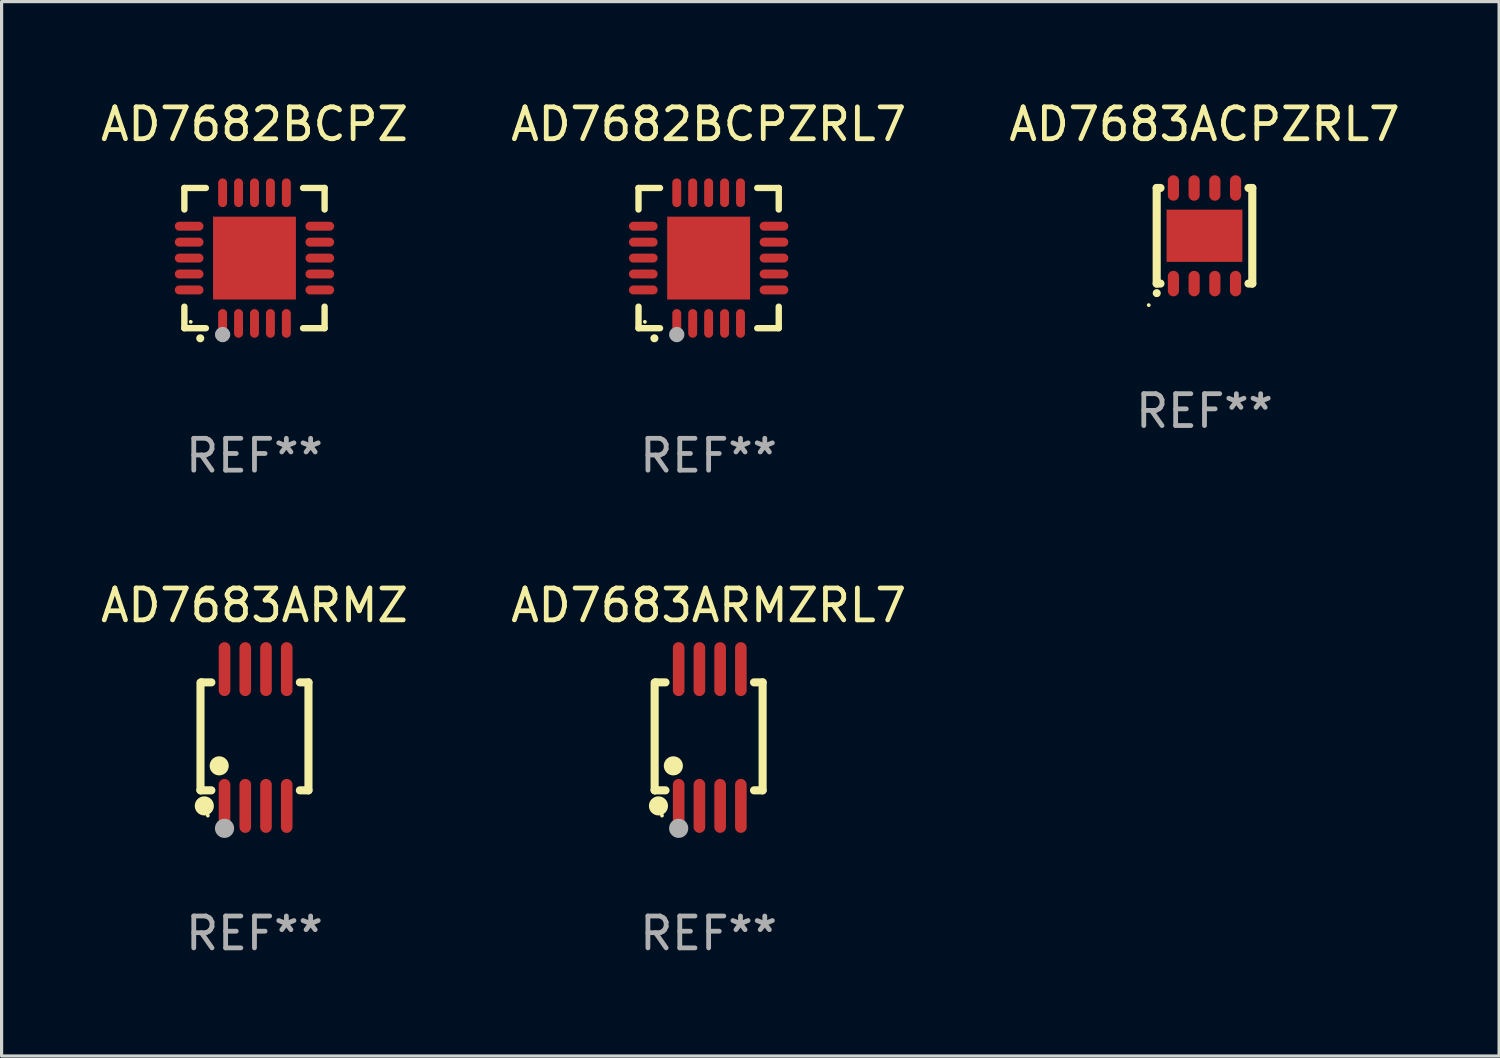
<source format=kicad_pcb>
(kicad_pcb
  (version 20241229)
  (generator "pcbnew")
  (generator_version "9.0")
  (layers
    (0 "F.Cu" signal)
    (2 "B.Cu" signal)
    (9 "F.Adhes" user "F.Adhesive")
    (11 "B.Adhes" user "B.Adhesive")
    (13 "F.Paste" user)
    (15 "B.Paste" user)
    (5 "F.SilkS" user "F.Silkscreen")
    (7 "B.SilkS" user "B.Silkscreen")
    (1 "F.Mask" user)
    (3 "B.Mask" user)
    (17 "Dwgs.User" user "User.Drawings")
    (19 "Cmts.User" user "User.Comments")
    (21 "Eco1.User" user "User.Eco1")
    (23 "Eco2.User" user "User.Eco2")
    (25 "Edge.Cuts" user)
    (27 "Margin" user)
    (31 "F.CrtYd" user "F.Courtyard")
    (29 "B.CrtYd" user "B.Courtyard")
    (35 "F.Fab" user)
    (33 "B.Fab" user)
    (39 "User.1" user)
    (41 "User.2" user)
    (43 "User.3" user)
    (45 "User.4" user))
  (footprint "AD7683ARMZ"
    (layer "F.Cu")
    (at 4.935 20.091)
    (property "Reference" "AD7683ARMZ" (at 0 -4.146 0) (layer "F.SilkS") (effects (font (size 1 1) (thickness 0.15))))
    (attr through_hole)
    (fp_line (start -1.694 -1.724) (end -1.694 1.652) (stroke (width 0.254) (type solid)) (layer "F.SilkS"))
    (fp_line (start -1.694 1.652) (end -1.688 1.658) (stroke (width 0.254) (type solid)) (layer "F.SilkS"))
    (fp_line (start -1.688 1.658) (end -1.353 1.658) (stroke (width 0.254) (type solid)) (layer "F.SilkS"))
    (fp_line (start -1.661 -1.73) (end -1.681 -1.71) (stroke (width 0.254) (type solid)) (layer "F.SilkS"))
    (fp_line (start -1.353 -1.73) (end -1.661 -1.73) (stroke (width 0.254) (type solid)) (layer "F.SilkS"))
    (fp_line (start 1.424 1.658) (end 1.694 1.658) (stroke (width 0.254) (type solid)) (layer "F.SilkS"))
    (fp_line (start 1.694 -1.73) (end 1.424 -1.73) (stroke (width 0.254) (type solid)) (layer "F.SilkS"))
    (fp_line (start 1.694 1.658) (end 1.694 -1.73) (stroke (width 0.254) (type solid)) (layer "F.SilkS"))
    (fp_circle (center -1.574 2.146) (end -1.424 2.146) (stroke (width 0.3) (type solid)) (fill no) (layer "F.SilkS"))
    (fp_circle (center -1.464 2.45) (end -1.434 2.45) (stroke (width 0.06) (type solid)) (fill no) (layer "F.SilkS"))
    (fp_circle (center -1.107 0.889) (end -0.957 0.889) (stroke (width 0.3) (type solid)) (fill no) (layer "F.SilkS"))
    (fp_circle (center -0.94 2.85) (end -0.789 2.85) (stroke (width 0.3) (type solid)) (fill no) (layer "F.Fab"))
    (fp_text user "REF**" (at 0 6.146 0) (layer "F.Fab") (effects (font (size 1 1) (thickness 0.15))))
    (pad "1" smd oval (at -0.94 2.146) (size 0.364 1.692) (layers "F.Cu" "F.Mask" "F.Paste"))
    (pad "2" smd oval (at -0.289 2.146) (size 0.364 1.692) (layers "F.Cu" "F.Mask" "F.Paste"))
    (pad "3" smd oval (at 0.361 2.146) (size 0.364 1.692) (layers "F.Cu" "F.Mask" "F.Paste"))
    (pad "4" smd oval (at 1.011 2.146) (size 0.364 1.692) (layers "F.Cu" "F.Mask" "F.Paste"))
    (pad "5" smd oval (at 1.011 -2.146) (size 0.364 1.692) (layers "F.Cu" "F.Mask" "F.Paste"))
    (pad "6" smd oval (at 0.361 -2.146) (size 0.364 1.692) (layers "F.Cu" "F.Mask" "F.Paste"))
    (pad "7" smd oval (at -0.289 -2.146) (size 0.364 1.692) (layers "F.Cu" "F.Mask" "F.Paste"))
    (pad "8" smd oval (at -0.94 -2.146) (size 0.364 1.692) (layers "F.Cu" "F.Mask" "F.Paste")))
  (footprint "AD7682BCPZRL7"
    (layer "F.Cu")
    (at 19.185 5.048)
    (property "Reference" "AD7682BCPZRL7" (at 0 -4.2 0) (layer "F.SilkS") (effects (font (size 1 1) (thickness 0.15))))
    (attr through_hole)
    (fp_line (start -2.2 -2.2) (end -1.525 -2.2) (stroke (width 0.2) (type solid)) (layer "F.SilkS"))
    (fp_line (start -2.2 -1.525) (end -2.2 -2.2) (stroke (width 0.2) (type solid)) (layer "F.SilkS"))
    (fp_line (start -2.2 2.2) (end -2.2 1.525) (stroke (width 0.2) (type solid)) (layer "F.SilkS"))
    (fp_line (start -1.525 2.2) (end -2.2 2.2) (stroke (width 0.2) (type solid)) (layer "F.SilkS"))
    (fp_line (start 1.525 2.2) (end 2.2 2.2) (stroke (width 0.2) (type solid)) (layer "F.SilkS"))
    (fp_line (start 2.2 -2.2) (end 1.525 -2.2) (stroke (width 0.2) (type solid)) (layer "F.SilkS"))
    (fp_line (start 2.2 -1.525) (end 2.2 -2.2) (stroke (width 0.2) (type solid)) (layer "F.SilkS"))
    (fp_line (start 2.2 2.2) (end 2.2 1.525) (stroke (width 0.2) (type solid)) (layer "F.SilkS"))
    (fp_arc (start -1.703073 2.516612) (mid -1.701803 2.516606) (end -1.700533 2.516612) (stroke (width 0.25) (type solid)) (layer "F.SilkS"))
    (fp_circle (center -2 2) (end -1.97 2) (stroke (width 0.06) (type solid)) (fill no) (layer "F.SilkS"))
    (fp_circle (center -1 2.4) (end -0.88 2.4) (stroke (width 0.24) (type solid)) (fill no) (layer "F.Fab"))
    (fp_text user "REF**" (at 0 6.2 0) (layer "F.Fab") (effects (font (size 1 1) (thickness 0.15))))
    (pad "1" smd oval (at -1 2.05) (size 0.28 0.9) (layers "F.Cu" "F.Mask" "F.Paste"))
    (pad "2" smd oval (at -0.5 2.05) (size 0.28 0.9) (layers "F.Cu" "F.Mask" "F.Paste"))
    (pad "3" smd oval (at 0.000076 2.05) (size 0.28 0.9) (layers "F.Cu" "F.Mask" "F.Paste"))
    (pad "4" smd oval (at 0.5 2.05) (size 0.28 0.9) (layers "F.Cu" "F.Mask" "F.Paste"))
    (pad "5" smd oval (at 1 2.05) (size 0.28 0.9) (layers "F.Cu" "F.Mask" "F.Paste"))
    (pad "6" smd oval (at 2.05 1) (size 0.9 0.28) (layers "F.Cu" "F.Mask" "F.Paste"))
    (pad "7" smd oval (at 2.05 0.5) (size 0.9 0.28) (layers "F.Cu" "F.Mask" "F.Paste"))
    (pad "8" smd oval (at 2.05 0.000076) (size 0.9 0.28) (layers "F.Cu" "F.Mask" "F.Paste"))
    (pad "9" smd oval (at 2.05 -0.5) (size 0.9 0.28) (layers "F.Cu" "F.Mask" "F.Paste"))
    (pad "10" smd oval (at 2.05 -1) (size 0.9 0.28) (layers "F.Cu" "F.Mask" "F.Paste"))
    (pad "11" smd oval (at 1 -2.05) (size 0.28 0.9) (layers "F.Cu" "F.Mask" "F.Paste"))
    (pad "12" smd oval (at 0.5 -2.05) (size 0.28 0.9) (layers "F.Cu" "F.Mask" "F.Paste"))
    (pad "13" smd oval (at 0.000076 -2.05) (size 0.28 0.9) (layers "F.Cu" "F.Mask" "F.Paste"))
    (pad "14" smd oval (at -0.5 -2.05) (size 0.28 0.9) (layers "F.Cu" "F.Mask" "F.Paste"))
    (pad "15" smd oval (at -1 -2.05) (size 0.28 0.9) (layers "F.Cu" "F.Mask" "F.Paste"))
    (pad "16" smd oval (at -2.05 -1) (size 0.9 0.28) (layers "F.Cu" "F.Mask" "F.Paste"))
    (pad "17" smd oval (at -2.05 -0.5) (size 0.9 0.28) (layers "F.Cu" "F.Mask" "F.Paste"))
    (pad "18" smd oval (at -2.05 0.000076) (size 0.9 0.28) (layers "F.Cu" "F.Mask" "F.Paste"))
    (pad "19" smd oval (at -2.05 0.5) (size 0.9 0.28) (layers "F.Cu" "F.Mask" "F.Paste"))
    (pad "20" smd oval (at -2.05 1) (size 0.9 0.28) (layers "F.Cu" "F.Mask" "F.Paste"))
    (pad "21" smd rect (at 0.000076 0.000076) (size 2.6 2.6) (layers "F.Cu" "F.Mask" "F.Paste")))
  (footprint "AD7682BCPZ"
    (layer "F.Cu")
    (at 4.935 5.048)
    (property "Reference" "AD7682BCPZ" (at 0 -4.2 0) (layer "F.SilkS") (effects (font (size 1 1) (thickness 0.15))))
    (attr through_hole)
    (fp_line (start -2.2 -2.2) (end -1.525 -2.2) (stroke (width 0.2) (type solid)) (layer "F.SilkS"))
    (fp_line (start -2.2 -1.525) (end -2.2 -2.2) (stroke (width 0.2) (type solid)) (layer "F.SilkS"))
    (fp_line (start -2.2 2.2) (end -2.2 1.525) (stroke (width 0.2) (type solid)) (layer "F.SilkS"))
    (fp_line (start -1.525 2.2) (end -2.2 2.2) (stroke (width 0.2) (type solid)) (layer "F.SilkS"))
    (fp_line (start 1.525 2.2) (end 2.2 2.2) (stroke (width 0.2) (type solid)) (layer "F.SilkS"))
    (fp_line (start 2.2 -2.2) (end 1.525 -2.2) (stroke (width 0.2) (type solid)) (layer "F.SilkS"))
    (fp_line (start 2.2 -1.525) (end 2.2 -2.2) (stroke (width 0.2) (type solid)) (layer "F.SilkS"))
    (fp_line (start 2.2 2.2) (end 2.2 1.525) (stroke (width 0.2) (type solid)) (layer "F.SilkS"))
    (fp_arc (start -1.703073 2.516612) (mid -1.701803 2.516606) (end -1.700533 2.516612) (stroke (width 0.25) (type solid)) (layer "F.SilkS"))
    (fp_circle (center -2 2) (end -1.97 2) (stroke (width 0.06) (type solid)) (fill no) (layer "F.SilkS"))
    (fp_circle (center -1 2.4) (end -0.88 2.4) (stroke (width 0.24) (type solid)) (fill no) (layer "F.Fab"))
    (fp_text user "REF**" (at 0 6.2 0) (layer "F.Fab") (effects (font (size 1 1) (thickness 0.15))))
    (pad "1" smd oval (at -1 2.05) (size 0.28 0.9) (layers "F.Cu" "F.Mask" "F.Paste"))
    (pad "2" smd oval (at -0.5 2.05) (size 0.28 0.9) (layers "F.Cu" "F.Mask" "F.Paste"))
    (pad "3" smd oval (at 0.000076 2.05) (size 0.28 0.9) (layers "F.Cu" "F.Mask" "F.Paste"))
    (pad "4" smd oval (at 0.5 2.05) (size 0.28 0.9) (layers "F.Cu" "F.Mask" "F.Paste"))
    (pad "5" smd oval (at 1 2.05) (size 0.28 0.9) (layers "F.Cu" "F.Mask" "F.Paste"))
    (pad "6" smd oval (at 2.05 1) (size 0.9 0.28) (layers "F.Cu" "F.Mask" "F.Paste"))
    (pad "7" smd oval (at 2.05 0.5) (size 0.9 0.28) (layers "F.Cu" "F.Mask" "F.Paste"))
    (pad "8" smd oval (at 2.05 0.000076) (size 0.9 0.28) (layers "F.Cu" "F.Mask" "F.Paste"))
    (pad "9" smd oval (at 2.05 -0.5) (size 0.9 0.28) (layers "F.Cu" "F.Mask" "F.Paste"))
    (pad "10" smd oval (at 2.05 -1) (size 0.9 0.28) (layers "F.Cu" "F.Mask" "F.Paste"))
    (pad "11" smd oval (at 1 -2.05) (size 0.28 0.9) (layers "F.Cu" "F.Mask" "F.Paste"))
    (pad "12" smd oval (at 0.5 -2.05) (size 0.28 0.9) (layers "F.Cu" "F.Mask" "F.Paste"))
    (pad "13" smd oval (at 0.000076 -2.05) (size 0.28 0.9) (layers "F.Cu" "F.Mask" "F.Paste"))
    (pad "14" smd oval (at -0.5 -2.05) (size 0.28 0.9) (layers "F.Cu" "F.Mask" "F.Paste"))
    (pad "15" smd oval (at -1 -2.05) (size 0.28 0.9) (layers "F.Cu" "F.Mask" "F.Paste"))
    (pad "16" smd oval (at -2.05 -1) (size 0.9 0.28) (layers "F.Cu" "F.Mask" "F.Paste"))
    (pad "17" smd oval (at -2.05 -0.5) (size 0.9 0.28) (layers "F.Cu" "F.Mask" "F.Paste"))
    (pad "18" smd oval (at -2.05 0.000076) (size 0.9 0.28) (layers "F.Cu" "F.Mask" "F.Paste"))
    (pad "19" smd oval (at -2.05 0.5) (size 0.9 0.28) (layers "F.Cu" "F.Mask" "F.Paste"))
    (pad "20" smd oval (at -2.05 1) (size 0.9 0.28) (layers "F.Cu" "F.Mask" "F.Paste"))
    (pad "21" smd rect (at 0.000076 0.000076) (size 2.6 2.6) (layers "F.Cu" "F.Mask" "F.Paste")))
  (footprint "AD7683ACPZRL7"
    (layer "F.Cu")
    (at 34.744 4.348)
    (property "Reference" "AD7683ACPZRL7" (at 0 -3.5 0) (layer "F.SilkS") (effects (font (size 1 1) (thickness 0.15))))
    (attr through_hole)
    (fp_line (start -1.5 -1.5) (end -1.5 1.5) (stroke (width 0.254) (type solid)) (layer "F.SilkS"))
    (fp_line (start -1.5 1.5) (end -1.381 1.5) (stroke (width 0.254) (type solid)) (layer "F.SilkS"))
    (fp_line (start -1.381 -1.5) (end -1.5 -1.5) (stroke (width 0.254) (type solid)) (layer "F.SilkS"))
    (fp_line (start 1.381 1.5) (end 1.5 1.5) (stroke (width 0.254) (type solid)) (layer "F.SilkS"))
    (fp_line (start 1.5 -1.5) (end 1.381 -1.5) (stroke (width 0.254) (type solid)) (layer "F.SilkS"))
    (fp_line (start 1.5 1.5) (end 1.5 -1.5) (stroke (width 0.254) (type solid)) (layer "F.SilkS"))
    (fp_arc (start -1.5 1.799936) (mid -1.49873 1.79993) (end -1.49746 1.799936) (stroke (width 0.25) (type solid)) (layer "F.SilkS"))
    (fp_circle (center -1.749 2.175) (end -1.719 2.175) (stroke (width 0.06) (type solid)) (fill no) (layer "F.SilkS"))
    (fp_text user "REF**" (at 0 5.5 0) (layer "F.Fab") (effects (font (size 1 1) (thickness 0.15))))
    (pad "1" smd oval (at -0.975 1.5 180) (size 0.35 0.8) (layers "F.Cu" "F.Mask" "F.Paste"))
    (pad "2" smd oval (at -0.325 1.5 180) (size 0.35 0.8) (layers "F.Cu" "F.Mask" "F.Paste"))
    (pad "3" smd oval (at 0.325 1.5 180) (size 0.35 0.8) (layers "F.Cu" "F.Mask" "F.Paste"))
    (pad "4" smd oval (at 0.975 1.5 180) (size 0.35 0.8) (layers "F.Cu" "F.Mask" "F.Paste"))
    (pad "5" smd oval (at 0.975 -1.5 180) (size 0.35 0.8) (layers "F.Cu" "F.Mask" "F.Paste"))
    (pad "6" smd oval (at 0.325 -1.5 180) (size 0.35 0.8) (layers "F.Cu" "F.Mask" "F.Paste"))
    (pad "7" smd oval (at -0.325 -1.5 180) (size 0.35 0.8) (layers "F.Cu" "F.Mask" "F.Paste"))
    (pad "8" smd oval (at -0.975 -1.5 180) (size 0.35 0.8) (layers "F.Cu" "F.Mask" "F.Paste"))
    (pad "9" smd rect (at 0 -0.000064 90) (size 1.64 2.38) (layers "F.Cu" "F.Mask" "F.Paste")))
  (footprint "AD7683ARMZRL7"
    (layer "F.Cu")
    (at 19.185 20.091)
    (property "Reference" "AD7683ARMZRL7" (at 0 -4.146 0) (layer "F.SilkS") (effects (font (size 1 1) (thickness 0.15))))
    (attr through_hole)
    (fp_line (start -1.694 -1.724) (end -1.694 1.652) (stroke (width 0.254) (type solid)) (layer "F.SilkS"))
    (fp_line (start -1.694 1.652) (end -1.688 1.658) (stroke (width 0.254) (type solid)) (layer "F.SilkS"))
    (fp_line (start -1.688 1.658) (end -1.353 1.658) (stroke (width 0.254) (type solid)) (layer "F.SilkS"))
    (fp_line (start -1.661 -1.73) (end -1.681 -1.71) (stroke (width 0.254) (type solid)) (layer "F.SilkS"))
    (fp_line (start -1.353 -1.73) (end -1.661 -1.73) (stroke (width 0.254) (type solid)) (layer "F.SilkS"))
    (fp_line (start 1.424 1.658) (end 1.694 1.658) (stroke (width 0.254) (type solid)) (layer "F.SilkS"))
    (fp_line (start 1.694 -1.73) (end 1.424 -1.73) (stroke (width 0.254) (type solid)) (layer "F.SilkS"))
    (fp_line (start 1.694 1.658) (end 1.694 -1.73) (stroke (width 0.254) (type solid)) (layer "F.SilkS"))
    (fp_circle (center -1.574 2.146) (end -1.424 2.146) (stroke (width 0.3) (type solid)) (fill no) (layer "F.SilkS"))
    (fp_circle (center -1.464 2.45) (end -1.434 2.45) (stroke (width 0.06) (type solid)) (fill no) (layer "F.SilkS"))
    (fp_circle (center -1.107 0.889) (end -0.957 0.889) (stroke (width 0.3) (type solid)) (fill no) (layer "F.SilkS"))
    (fp_circle (center -0.94 2.85) (end -0.789 2.85) (stroke (width 0.3) (type solid)) (fill no) (layer "F.Fab"))
    (fp_text user "REF**" (at 0 6.146 0) (layer "F.Fab") (effects (font (size 1 1) (thickness 0.15))))
    (pad "1" smd oval (at -0.94 2.146) (size 0.364 1.692) (layers "F.Cu" "F.Mask" "F.Paste"))
    (pad "2" smd oval (at -0.289 2.146) (size 0.364 1.692) (layers "F.Cu" "F.Mask" "F.Paste"))
    (pad "3" smd oval (at 0.361 2.146) (size 0.364 1.692) (layers "F.Cu" "F.Mask" "F.Paste"))
    (pad "4" smd oval (at 1.011 2.146) (size 0.364 1.692) (layers "F.Cu" "F.Mask" "F.Paste"))
    (pad "5" smd oval (at 1.011 -2.146) (size 0.364 1.692) (layers "F.Cu" "F.Mask" "F.Paste"))
    (pad "6" smd oval (at 0.361 -2.146) (size 0.364 1.692) (layers "F.Cu" "F.Mask" "F.Paste"))
    (pad "7" smd oval (at -0.289 -2.146) (size 0.364 1.692) (layers "F.Cu" "F.Mask" "F.Paste"))
    (pad "8" smd oval (at -0.94 -2.146) (size 0.364 1.692) (layers "F.Cu" "F.Mask" "F.Paste")))
  (gr_rect
    (start -3 -3)
    (end 43.988 30.085)
    (stroke (width 0.1) (type default))
    (fill no)
    (layer "Edge.Cuts")))
</source>
